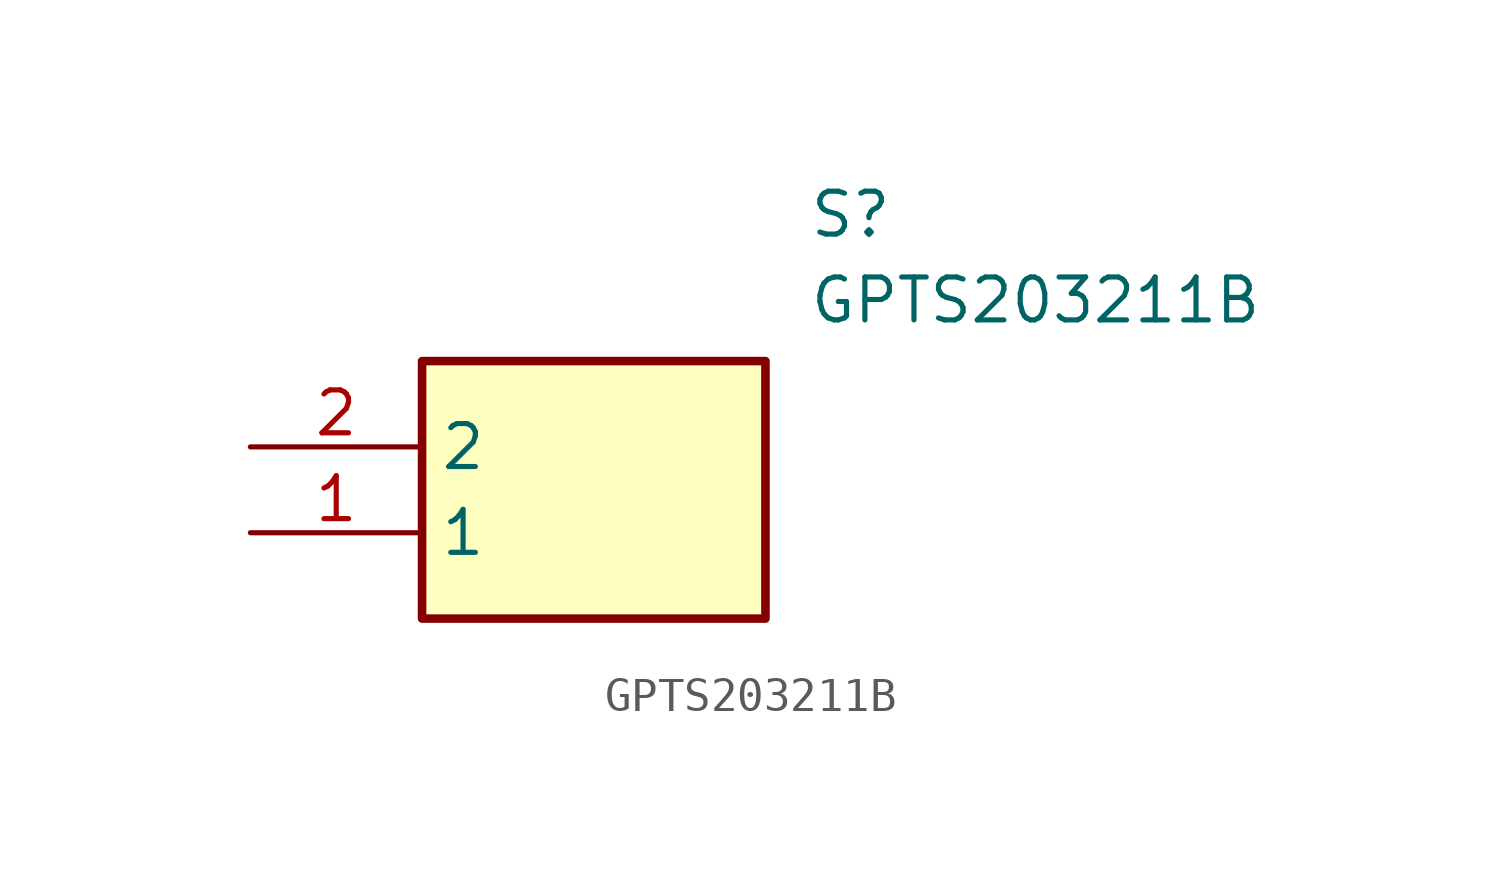
<source format=kicad_sym>
(kicad_symbol_lib
  (version 20211014)
  (generator SamacSys_ECAD_Model)
  (symbol "GPTS203211B"
    (property "Reference" "S"
      (at 16.51 7.62 0)
      (effects (font (size 1.27 1.27)) (justify left top)))
    (property "Value" "GPTS203211B"
      (at 16.51 5.08 0)
      (effects (font (size 1.27 1.27)) (justify left top)))
    (rectangle
      (start 5.08 2.54)
      (end 15.24 -5.08)
      (stroke (width 0.254) (type default))
      (fill (type background)))
    (pin passive line
      (at 0 -2.54 0)
      (length 5.08)
      (name "1" (effects (font (size 1.27 1.27))))
      (number "1" (effects (font (size 1.27 1.27)))))
    (pin passive line
      (at 0 0 0)
      (length 5.08)
      (name "2" (effects (font (size 1.27 1.27))))
      (number "2" (effects (font (size 1.27 1.27)))))))
</source>
